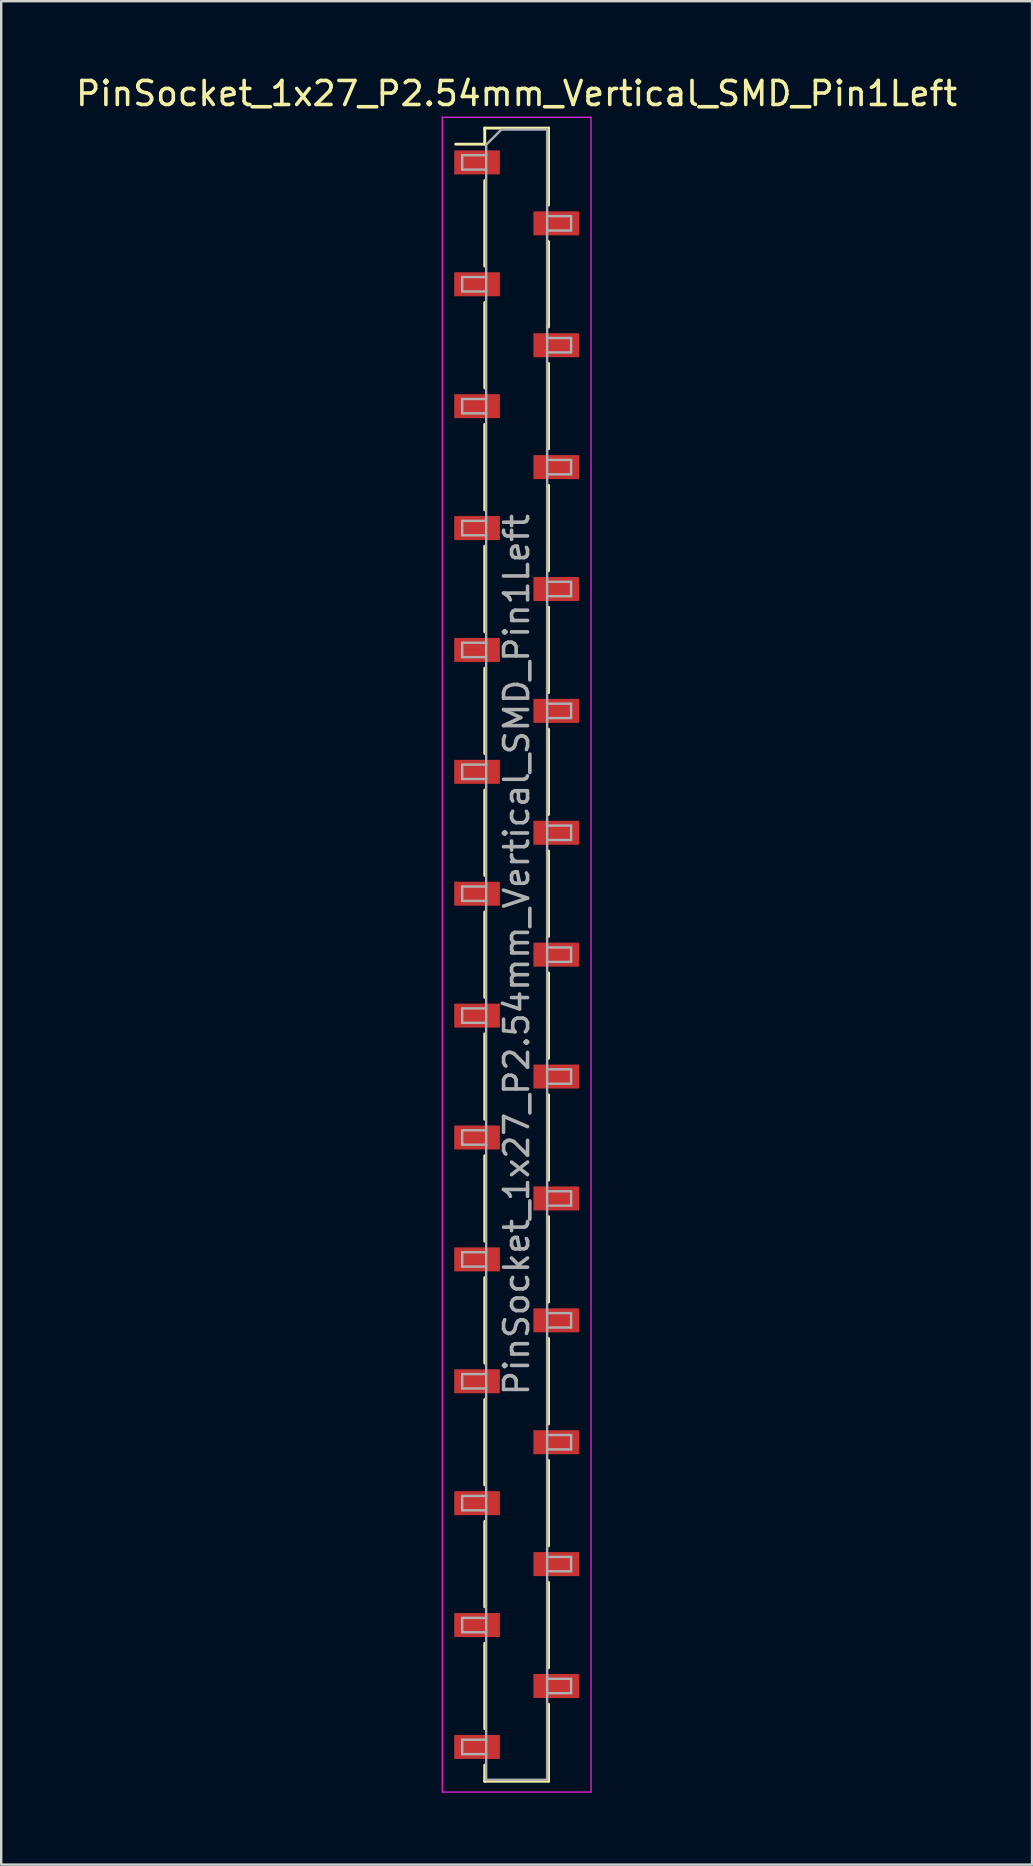
<source format=kicad_pcb>
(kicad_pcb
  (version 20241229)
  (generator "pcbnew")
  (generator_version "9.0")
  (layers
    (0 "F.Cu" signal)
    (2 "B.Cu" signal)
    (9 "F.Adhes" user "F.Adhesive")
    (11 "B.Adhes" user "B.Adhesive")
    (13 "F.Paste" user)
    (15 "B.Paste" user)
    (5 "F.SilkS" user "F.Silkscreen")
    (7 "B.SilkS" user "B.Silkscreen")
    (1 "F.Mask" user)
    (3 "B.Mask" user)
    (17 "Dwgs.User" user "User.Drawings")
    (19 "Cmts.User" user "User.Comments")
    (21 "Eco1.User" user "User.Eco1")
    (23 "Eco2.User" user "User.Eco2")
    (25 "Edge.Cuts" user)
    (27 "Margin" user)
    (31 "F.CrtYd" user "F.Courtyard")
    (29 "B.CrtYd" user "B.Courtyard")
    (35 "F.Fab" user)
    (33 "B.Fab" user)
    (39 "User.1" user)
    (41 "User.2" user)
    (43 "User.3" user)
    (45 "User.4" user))
  (footprint "PinSocket_1x27_P2.54mm_Vertical_SMD_Pin1Left"
    (layer "F.Cu")
    (at 18.482 36.738)
    (property "Reference" "PinSocket_1x27_P2.54mm_Vertical_SMD_Pin1Left" (at 0 -35.89 0) (layer "F.SilkS") (effects (font (size 1 1) (thickness 0.15))))
    (attr smd)
    (fp_line (start -2.54 -33.78) (end -1.33 -33.78) (stroke (width 0.12) (type solid)) (layer "F.SilkS"))
    (fp_line (start -1.33 -34.45) (end -1.33 -33.78) (stroke (width 0.12) (type solid)) (layer "F.SilkS"))
    (fp_line (start -1.33 -34.45) (end 1.33 -34.45) (stroke (width 0.12) (type solid)) (layer "F.SilkS"))
    (fp_line (start -1.33 -32.26) (end -1.33 -28.7) (stroke (width 0.12) (type solid)) (layer "F.SilkS"))
    (fp_line (start -1.33 -27.18) (end -1.33 -23.62) (stroke (width 0.12) (type solid)) (layer "F.SilkS"))
    (fp_line (start -1.33 -22.1) (end -1.33 -18.54) (stroke (width 0.12) (type solid)) (layer "F.SilkS"))
    (fp_line (start -1.33 -17.02) (end -1.33 -13.46) (stroke (width 0.12) (type solid)) (layer "F.SilkS"))
    (fp_line (start -1.33 -11.94) (end -1.33 -8.38) (stroke (width 0.12) (type solid)) (layer "F.SilkS"))
    (fp_line (start -1.33 -6.86) (end -1.33 -3.3) (stroke (width 0.12) (type solid)) (layer "F.SilkS"))
    (fp_line (start -1.33 -1.78) (end -1.33 1.78) (stroke (width 0.12) (type solid)) (layer "F.SilkS"))
    (fp_line (start -1.33 3.3) (end -1.33 6.86) (stroke (width 0.12) (type solid)) (layer "F.SilkS"))
    (fp_line (start -1.33 8.38) (end -1.33 11.94) (stroke (width 0.12) (type solid)) (layer "F.SilkS"))
    (fp_line (start -1.33 13.46) (end -1.33 17.02) (stroke (width 0.12) (type solid)) (layer "F.SilkS"))
    (fp_line (start -1.33 18.54) (end -1.33 22.1) (stroke (width 0.12) (type solid)) (layer "F.SilkS"))
    (fp_line (start -1.33 23.62) (end -1.33 27.18) (stroke (width 0.12) (type solid)) (layer "F.SilkS"))
    (fp_line (start -1.33 28.7) (end -1.33 32.26) (stroke (width 0.12) (type solid)) (layer "F.SilkS"))
    (fp_line (start -1.33 33.78) (end -1.33 34.45) (stroke (width 0.12) (type solid)) (layer "F.SilkS"))
    (fp_line (start -1.33 34.45) (end 1.33 34.45) (stroke (width 0.12) (type solid)) (layer "F.SilkS"))
    (fp_line (start 1.33 -34.45) (end 1.33 -31.24) (stroke (width 0.12) (type solid)) (layer "F.SilkS"))
    (fp_line (start 1.33 -29.72) (end 1.33 -26.16) (stroke (width 0.12) (type solid)) (layer "F.SilkS"))
    (fp_line (start 1.33 -24.64) (end 1.33 -21.08) (stroke (width 0.12) (type solid)) (layer "F.SilkS"))
    (fp_line (start 1.33 -19.56) (end 1.33 -16) (stroke (width 0.12) (type solid)) (layer "F.SilkS"))
    (fp_line (start 1.33 -14.48) (end 1.33 -10.92) (stroke (width 0.12) (type solid)) (layer "F.SilkS"))
    (fp_line (start 1.33 -9.4) (end 1.33 -5.84) (stroke (width 0.12) (type solid)) (layer "F.SilkS"))
    (fp_line (start 1.33 -4.32) (end 1.33 -0.76) (stroke (width 0.12) (type solid)) (layer "F.SilkS"))
    (fp_line (start 1.33 0.76) (end 1.33 4.32) (stroke (width 0.12) (type solid)) (layer "F.SilkS"))
    (fp_line (start 1.33 5.84) (end 1.33 9.4) (stroke (width 0.12) (type solid)) (layer "F.SilkS"))
    (fp_line (start 1.33 10.92) (end 1.33 14.48) (stroke (width 0.12) (type solid)) (layer "F.SilkS"))
    (fp_line (start 1.33 16) (end 1.33 19.56) (stroke (width 0.12) (type solid)) (layer "F.SilkS"))
    (fp_line (start 1.33 21.08) (end 1.33 24.64) (stroke (width 0.12) (type solid)) (layer "F.SilkS"))
    (fp_line (start 1.33 26.16) (end 1.33 29.72) (stroke (width 0.12) (type solid)) (layer "F.SilkS"))
    (fp_line (start 1.33 31.24) (end 1.33 34.45) (stroke (width 0.12) (type solid)) (layer "F.SilkS"))
    (fp_line (start -3.1 -34.9) (end 3.1 -34.9) (stroke (width 0.05) (type solid)) (layer "F.CrtYd"))
    (fp_line (start -3.1 34.9) (end -3.1 -34.9) (stroke (width 0.05) (type solid)) (layer "F.CrtYd"))
    (fp_line (start 3.1 -34.9) (end 3.1 34.9) (stroke (width 0.05) (type solid)) (layer "F.CrtYd"))
    (fp_line (start 3.1 34.9) (end -3.1 34.9) (stroke (width 0.05) (type solid)) (layer "F.CrtYd"))
    (fp_line (start -2.27 -33.32) (end -1.27 -33.32) (stroke (width 0.1) (type solid)) (layer "F.Fab"))
    (fp_line (start -2.27 -32.72) (end -2.27 -33.32) (stroke (width 0.1) (type solid)) (layer "F.Fab"))
    (fp_line (start -2.27 -28.24) (end -1.27 -28.24) (stroke (width 0.1) (type solid)) (layer "F.Fab"))
    (fp_line (start -2.27 -27.64) (end -2.27 -28.24) (stroke (width 0.1) (type solid)) (layer "F.Fab"))
    (fp_line (start -2.27 -23.16) (end -1.27 -23.16) (stroke (width 0.1) (type solid)) (layer "F.Fab"))
    (fp_line (start -2.27 -22.56) (end -2.27 -23.16) (stroke (width 0.1) (type solid)) (layer "F.Fab"))
    (fp_line (start -2.27 -18.08) (end -1.27 -18.08) (stroke (width 0.1) (type solid)) (layer "F.Fab"))
    (fp_line (start -2.27 -17.48) (end -2.27 -18.08) (stroke (width 0.1) (type solid)) (layer "F.Fab"))
    (fp_line (start -2.27 -13) (end -1.27 -13) (stroke (width 0.1) (type solid)) (layer "F.Fab"))
    (fp_line (start -2.27 -12.4) (end -2.27 -13) (stroke (width 0.1) (type solid)) (layer "F.Fab"))
    (fp_line (start -2.27 -7.92) (end -1.27 -7.92) (stroke (width 0.1) (type solid)) (layer "F.Fab"))
    (fp_line (start -2.27 -7.32) (end -2.27 -7.92) (stroke (width 0.1) (type solid)) (layer "F.Fab"))
    (fp_line (start -2.27 -2.84) (end -1.27 -2.84) (stroke (width 0.1) (type solid)) (layer "F.Fab"))
    (fp_line (start -2.27 -2.24) (end -2.27 -2.84) (stroke (width 0.1) (type solid)) (layer "F.Fab"))
    (fp_line (start -2.27 2.24) (end -1.27 2.24) (stroke (width 0.1) (type solid)) (layer "F.Fab"))
    (fp_line (start -2.27 2.84) (end -2.27 2.24) (stroke (width 0.1) (type solid)) (layer "F.Fab"))
    (fp_line (start -2.27 7.32) (end -1.27 7.32) (stroke (width 0.1) (type solid)) (layer "F.Fab"))
    (fp_line (start -2.27 7.92) (end -2.27 7.32) (stroke (width 0.1) (type solid)) (layer "F.Fab"))
    (fp_line (start -2.27 12.4) (end -1.27 12.4) (stroke (width 0.1) (type solid)) (layer "F.Fab"))
    (fp_line (start -2.27 13) (end -2.27 12.4) (stroke (width 0.1) (type solid)) (layer "F.Fab"))
    (fp_line (start -2.27 17.48) (end -1.27 17.48) (stroke (width 0.1) (type solid)) (layer "F.Fab"))
    (fp_line (start -2.27 18.08) (end -2.27 17.48) (stroke (width 0.1) (type solid)) (layer "F.Fab"))
    (fp_line (start -2.27 22.56) (end -1.27 22.56) (stroke (width 0.1) (type solid)) (layer "F.Fab"))
    (fp_line (start -2.27 23.16) (end -2.27 22.56) (stroke (width 0.1) (type solid)) (layer "F.Fab"))
    (fp_line (start -2.27 27.64) (end -1.27 27.64) (stroke (width 0.1) (type solid)) (layer "F.Fab"))
    (fp_line (start -2.27 28.24) (end -2.27 27.64) (stroke (width 0.1) (type solid)) (layer "F.Fab"))
    (fp_line (start -2.27 32.72) (end -1.27 32.72) (stroke (width 0.1) (type solid)) (layer "F.Fab"))
    (fp_line (start -2.27 33.32) (end -2.27 32.72) (stroke (width 0.1) (type solid)) (layer "F.Fab"))
    (fp_line (start -1.27 -33.755) (end -0.635 -34.39) (stroke (width 0.1) (type solid)) (layer "F.Fab"))
    (fp_line (start -1.27 -32.72) (end -2.27 -32.72) (stroke (width 0.1) (type solid)) (layer "F.Fab"))
    (fp_line (start -1.27 -27.64) (end -2.27 -27.64) (stroke (width 0.1) (type solid)) (layer "F.Fab"))
    (fp_line (start -1.27 -22.56) (end -2.27 -22.56) (stroke (width 0.1) (type solid)) (layer "F.Fab"))
    (fp_line (start -1.27 -17.48) (end -2.27 -17.48) (stroke (width 0.1) (type solid)) (layer "F.Fab"))
    (fp_line (start -1.27 -12.4) (end -2.27 -12.4) (stroke (width 0.1) (type solid)) (layer "F.Fab"))
    (fp_line (start -1.27 -7.32) (end -2.27 -7.32) (stroke (width 0.1) (type solid)) (layer "F.Fab"))
    (fp_line (start -1.27 -2.24) (end -2.27 -2.24) (stroke (width 0.1) (type solid)) (layer "F.Fab"))
    (fp_line (start -1.27 2.84) (end -2.27 2.84) (stroke (width 0.1) (type solid)) (layer "F.Fab"))
    (fp_line (start -1.27 7.92) (end -2.27 7.92) (stroke (width 0.1) (type solid)) (layer "F.Fab"))
    (fp_line (start -1.27 13) (end -2.27 13) (stroke (width 0.1) (type solid)) (layer "F.Fab"))
    (fp_line (start -1.27 18.08) (end -2.27 18.08) (stroke (width 0.1) (type solid)) (layer "F.Fab"))
    (fp_line (start -1.27 23.16) (end -2.27 23.16) (stroke (width 0.1) (type solid)) (layer "F.Fab"))
    (fp_line (start -1.27 28.24) (end -2.27 28.24) (stroke (width 0.1) (type solid)) (layer "F.Fab"))
    (fp_line (start -1.27 33.32) (end -2.27 33.32) (stroke (width 0.1) (type solid)) (layer "F.Fab"))
    (fp_line (start -1.27 34.39) (end -1.27 -33.755) (stroke (width 0.1) (type solid)) (layer "F.Fab"))
    (fp_line (start -0.635 -34.39) (end 1.27 -34.39) (stroke (width 0.1) (type solid)) (layer "F.Fab"))
    (fp_line (start 1.27 -34.39) (end 1.27 34.39) (stroke (width 0.1) (type solid)) (layer "F.Fab"))
    (fp_line (start 1.27 -30.78) (end 2.27 -30.78) (stroke (width 0.1) (type solid)) (layer "F.Fab"))
    (fp_line (start 1.27 -25.7) (end 2.27 -25.7) (stroke (width 0.1) (type solid)) (layer "F.Fab"))
    (fp_line (start 1.27 -20.62) (end 2.27 -20.62) (stroke (width 0.1) (type solid)) (layer "F.Fab"))
    (fp_line (start 1.27 -15.54) (end 2.27 -15.54) (stroke (width 0.1) (type solid)) (layer "F.Fab"))
    (fp_line (start 1.27 -10.46) (end 2.27 -10.46) (stroke (width 0.1) (type solid)) (layer "F.Fab"))
    (fp_line (start 1.27 -5.38) (end 2.27 -5.38) (stroke (width 0.1) (type solid)) (layer "F.Fab"))
    (fp_line (start 1.27 -0.3) (end 2.27 -0.3) (stroke (width 0.1) (type solid)) (layer "F.Fab"))
    (fp_line (start 1.27 4.78) (end 2.27 4.78) (stroke (width 0.1) (type solid)) (layer "F.Fab"))
    (fp_line (start 1.27 9.86) (end 2.27 9.86) (stroke (width 0.1) (type solid)) (layer "F.Fab"))
    (fp_line (start 1.27 14.94) (end 2.27 14.94) (stroke (width 0.1) (type solid)) (layer "F.Fab"))
    (fp_line (start 1.27 20.02) (end 2.27 20.02) (stroke (width 0.1) (type solid)) (layer "F.Fab"))
    (fp_line (start 1.27 25.1) (end 2.27 25.1) (stroke (width 0.1) (type solid)) (layer "F.Fab"))
    (fp_line (start 1.27 30.18) (end 2.27 30.18) (stroke (width 0.1) (type solid)) (layer "F.Fab"))
    (fp_line (start 1.27 34.39) (end -1.27 34.39) (stroke (width 0.1) (type solid)) (layer "F.Fab"))
    (fp_line (start 2.27 -30.78) (end 2.27 -30.18) (stroke (width 0.1) (type solid)) (layer "F.Fab"))
    (fp_line (start 2.27 -30.18) (end 1.27 -30.18) (stroke (width 0.1) (type solid)) (layer "F.Fab"))
    (fp_line (start 2.27 -25.7) (end 2.27 -25.1) (stroke (width 0.1) (type solid)) (layer "F.Fab"))
    (fp_line (start 2.27 -25.1) (end 1.27 -25.1) (stroke (width 0.1) (type solid)) (layer "F.Fab"))
    (fp_line (start 2.27 -20.62) (end 2.27 -20.02) (stroke (width 0.1) (type solid)) (layer "F.Fab"))
    (fp_line (start 2.27 -20.02) (end 1.27 -20.02) (stroke (width 0.1) (type solid)) (layer "F.Fab"))
    (fp_line (start 2.27 -15.54) (end 2.27 -14.94) (stroke (width 0.1) (type solid)) (layer "F.Fab"))
    (fp_line (start 2.27 -14.94) (end 1.27 -14.94) (stroke (width 0.1) (type solid)) (layer "F.Fab"))
    (fp_line (start 2.27 -10.46) (end 2.27 -9.86) (stroke (width 0.1) (type solid)) (layer "F.Fab"))
    (fp_line (start 2.27 -9.86) (end 1.27 -9.86) (stroke (width 0.1) (type solid)) (layer "F.Fab"))
    (fp_line (start 2.27 -5.38) (end 2.27 -4.78) (stroke (width 0.1) (type solid)) (layer "F.Fab"))
    (fp_line (start 2.27 -4.78) (end 1.27 -4.78) (stroke (width 0.1) (type solid)) (layer "F.Fab"))
    (fp_line (start 2.27 -0.3) (end 2.27 0.3) (stroke (width 0.1) (type solid)) (layer "F.Fab"))
    (fp_line (start 2.27 0.3) (end 1.27 0.3) (stroke (width 0.1) (type solid)) (layer "F.Fab"))
    (fp_line (start 2.27 4.78) (end 2.27 5.38) (stroke (width 0.1) (type solid)) (layer "F.Fab"))
    (fp_line (start 2.27 5.38) (end 1.27 5.38) (stroke (width 0.1) (type solid)) (layer "F.Fab"))
    (fp_line (start 2.27 9.86) (end 2.27 10.46) (stroke (width 0.1) (type solid)) (layer "F.Fab"))
    (fp_line (start 2.27 10.46) (end 1.27 10.46) (stroke (width 0.1) (type solid)) (layer "F.Fab"))
    (fp_line (start 2.27 14.94) (end 2.27 15.54) (stroke (width 0.1) (type solid)) (layer "F.Fab"))
    (fp_line (start 2.27 15.54) (end 1.27 15.54) (stroke (width 0.1) (type solid)) (layer "F.Fab"))
    (fp_line (start 2.27 20.02) (end 2.27 20.62) (stroke (width 0.1) (type solid)) (layer "F.Fab"))
    (fp_line (start 2.27 20.62) (end 1.27 20.62) (stroke (width 0.1) (type solid)) (layer "F.Fab"))
    (fp_line (start 2.27 25.1) (end 2.27 25.7) (stroke (width 0.1) (type solid)) (layer "F.Fab"))
    (fp_line (start 2.27 25.7) (end 1.27 25.7) (stroke (width 0.1) (type solid)) (layer "F.Fab"))
    (fp_line (start 2.27 30.18) (end 2.27 30.78) (stroke (width 0.1) (type solid)) (layer "F.Fab"))
    (fp_line (start 2.27 30.78) (end 1.27 30.78) (stroke (width 0.1) (type solid)) (layer "F.Fab"))
    (fp_text user "${REFERENCE}" (at 0 0 90) (layer "F.Fab") (effects (font (size 1 1) (thickness 0.15))))
    (pad "1" smd rect (at -1.65 -33.02) (size 1.9 1) (layers "F.Cu" "F.Mask" "F.Paste"))
    (pad "2" smd rect (at 1.65 -30.48) (size 1.9 1) (layers "F.Cu" "F.Mask" "F.Paste"))
    (pad "3" smd rect (at -1.65 -27.94) (size 1.9 1) (layers "F.Cu" "F.Mask" "F.Paste"))
    (pad "4" smd rect (at 1.65 -25.4) (size 1.9 1) (layers "F.Cu" "F.Mask" "F.Paste"))
    (pad "5" smd rect (at -1.65 -22.86) (size 1.9 1) (layers "F.Cu" "F.Mask" "F.Paste"))
    (pad "6" smd rect (at 1.65 -20.32) (size 1.9 1) (layers "F.Cu" "F.Mask" "F.Paste"))
    (pad "7" smd rect (at -1.65 -17.78) (size 1.9 1) (layers "F.Cu" "F.Mask" "F.Paste"))
    (pad "8" smd rect (at 1.65 -15.24) (size 1.9 1) (layers "F.Cu" "F.Mask" "F.Paste"))
    (pad "9" smd rect (at -1.65 -12.7) (size 1.9 1) (layers "F.Cu" "F.Mask" "F.Paste"))
    (pad "10" smd rect (at 1.65 -10.16) (size 1.9 1) (layers "F.Cu" "F.Mask" "F.Paste"))
    (pad "11" smd rect (at -1.65 -7.62) (size 1.9 1) (layers "F.Cu" "F.Mask" "F.Paste"))
    (pad "12" smd rect (at 1.65 -5.08) (size 1.9 1) (layers "F.Cu" "F.Mask" "F.Paste"))
    (pad "13" smd rect (at -1.65 -2.54) (size 1.9 1) (layers "F.Cu" "F.Mask" "F.Paste"))
    (pad "14" smd rect (at 1.65 0) (size 1.9 1) (layers "F.Cu" "F.Mask" "F.Paste"))
    (pad "15" smd rect (at -1.65 2.54) (size 1.9 1) (layers "F.Cu" "F.Mask" "F.Paste"))
    (pad "16" smd rect (at 1.65 5.08) (size 1.9 1) (layers "F.Cu" "F.Mask" "F.Paste"))
    (pad "17" smd rect (at -1.65 7.62) (size 1.9 1) (layers "F.Cu" "F.Mask" "F.Paste"))
    (pad "18" smd rect (at 1.65 10.16) (size 1.9 1) (layers "F.Cu" "F.Mask" "F.Paste"))
    (pad "19" smd rect (at -1.65 12.7) (size 1.9 1) (layers "F.Cu" "F.Mask" "F.Paste"))
    (pad "20" smd rect (at 1.65 15.24) (size 1.9 1) (layers "F.Cu" "F.Mask" "F.Paste"))
    (pad "21" smd rect (at -1.65 17.78) (size 1.9 1) (layers "F.Cu" "F.Mask" "F.Paste"))
    (pad "22" smd rect (at 1.65 20.32) (size 1.9 1) (layers "F.Cu" "F.Mask" "F.Paste"))
    (pad "23" smd rect (at -1.65 22.86) (size 1.9 1) (layers "F.Cu" "F.Mask" "F.Paste"))
    (pad "24" smd rect (at 1.65 25.4) (size 1.9 1) (layers "F.Cu" "F.Mask" "F.Paste"))
    (pad "25" smd rect (at -1.65 27.94) (size 1.9 1) (layers "F.Cu" "F.Mask" "F.Paste"))
    (pad "26" smd rect (at 1.65 30.48) (size 1.9 1) (layers "F.Cu" "F.Mask" "F.Paste"))
    (pad "27" smd rect (at -1.65 33.02) (size 1.9 1) (layers "F.Cu" "F.Mask" "F.Paste")))
  (gr_rect
    (start -3 -3)
    (end 39.964 74.663)
    (stroke (width 0.1) (type default))
    (fill no)
    (layer "Edge.Cuts")))
</source>
